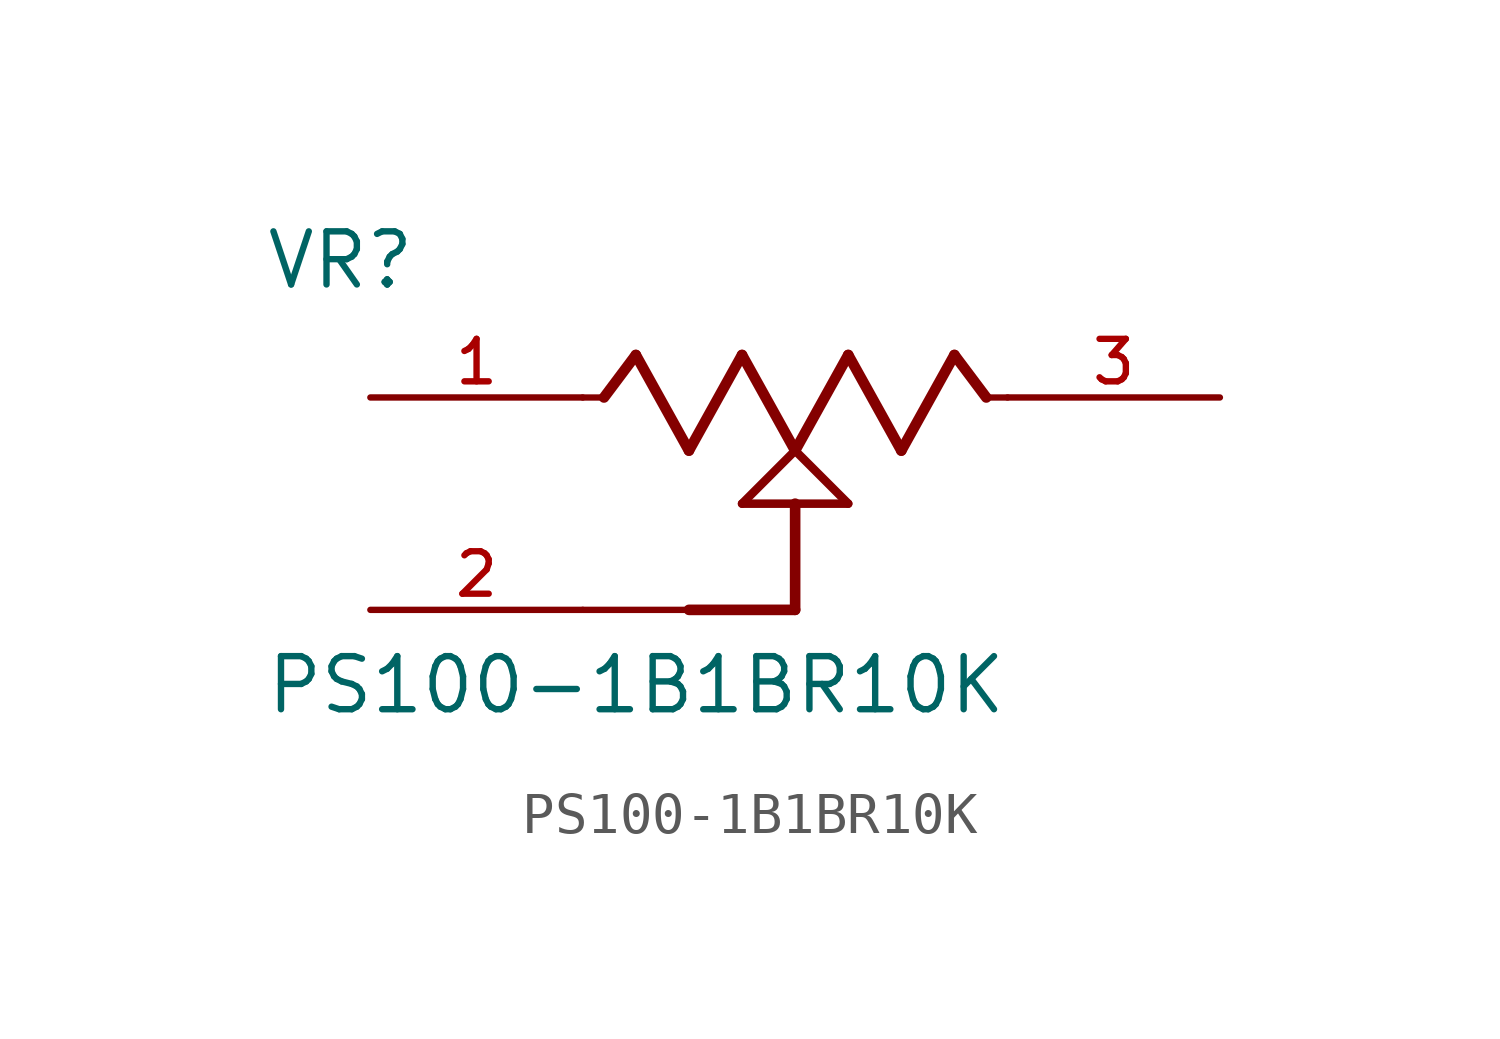
<source format=kicad_sym>
(kicad_symbol_lib
  (version 20211014)
  (generator kicad_symbol_editor)
  (symbol "PS100-1B1BR10K"
    (pin_names
      (offset 1.016))
    (property "Reference" "VR"
      (at -12.7 2.54 0)
      (effects (font (size 1.27 1.27)) (justify bottom left)))
    (property "Value" "PS100-1B1BR10K"
      (at -12.7 -7.62 0)
      (effects (font (size 1.27 1.27)) (justify bottom left)))
    (symbol "PS100-1B1BR10K_0_0"
      (polyline (pts (xy -5.08 0.0) (xy -4.572 0.0)) (stroke (width 0.152)))
      (polyline (pts (xy -4.572 0.0) (xy -3.81 1.016)) (stroke (width 0.254)))
      (polyline (pts (xy -3.81 1.016) (xy -2.54 -1.27)) (stroke (width 0.254)))
      (polyline (pts (xy -2.54 -1.27) (xy -1.27 1.016)) (stroke (width 0.254)))
      (polyline (pts (xy -1.27 1.016) (xy 0.0 -1.27)) (stroke (width 0.254)))
      (polyline (pts (xy 0.0 -1.27) (xy 1.27 1.016)) (stroke (width 0.254)))
      (polyline (pts (xy 1.27 1.016) (xy 2.54 -1.27)) (stroke (width 0.254)))
      (polyline (pts (xy 2.54 -1.27) (xy 3.81 1.016)) (stroke (width 0.254)))
      (polyline (pts (xy 3.81 1.016) (xy 4.572 0.0)) (stroke (width 0.254)))
      (polyline (pts (xy 4.572 0.0) (xy 5.08 0.0)) (stroke (width 0.152)))
      (polyline (pts (xy 0.0 -1.27) (xy 1.27 -2.54)) (stroke (width 0.203)))
      (polyline (pts (xy -1.27 -2.54) (xy 0.0 -1.27)) (stroke (width 0.203)))
      (polyline (pts (xy 1.27 -2.54) (xy 0.0 -2.54)) (stroke (width 0.203)))
      (polyline (pts (xy 0.0 -2.54) (xy -1.27 -2.54)) (stroke (width 0.203)))
      (polyline (pts (xy 0.0 -2.54) (xy 0.0 -5.08)) (stroke (width 0.254)))
      (polyline (pts (xy 0.0 -5.08) (xy -2.54 -5.08)) (stroke (width 0.254)))
      (polyline (pts (xy -2.54 -5.08) (xy -5.08 -5.08)) (stroke (width 0.152)))
      (pin passive line (at -10.16 0.0 0) (length 5.08) (name "~" (effects (font (size 1.016 1.016)))) (number "1" (effects (font (size 1.016 1.016)))))
      (pin passive line (at 10.16 0.0 180.0) (length 5.08) (name "~" (effects (font (size 1.016 1.016)))) (number "3" (effects (font (size 1.016 1.016)))))
      (pin passive line (at -10.16 -5.08 0) (length 5.08) (name "~" (effects (font (size 1.016 1.016)))) (number "2" (effects (font (size 1.016 1.016))))))))
</source>
